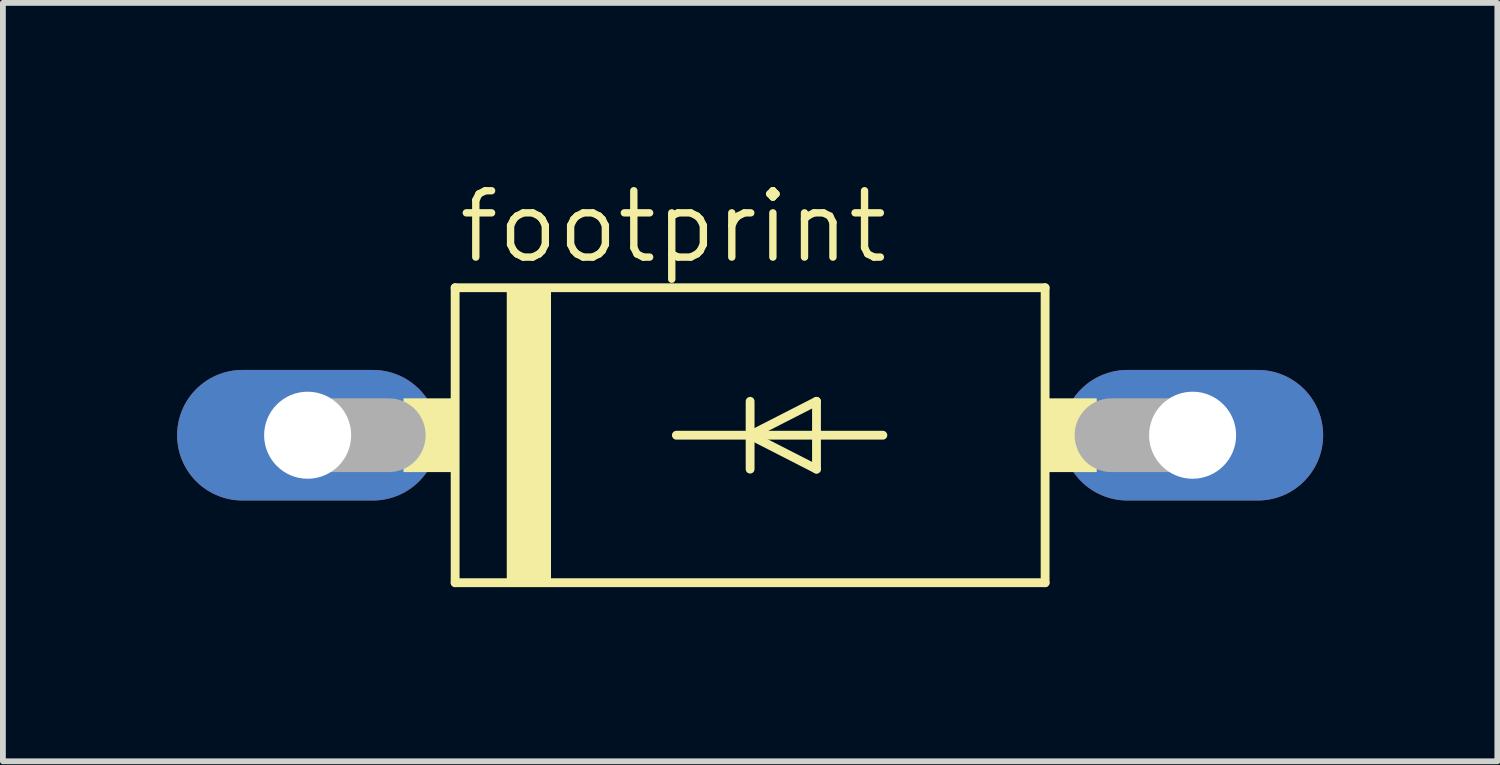
<source format=kicad_pcb>
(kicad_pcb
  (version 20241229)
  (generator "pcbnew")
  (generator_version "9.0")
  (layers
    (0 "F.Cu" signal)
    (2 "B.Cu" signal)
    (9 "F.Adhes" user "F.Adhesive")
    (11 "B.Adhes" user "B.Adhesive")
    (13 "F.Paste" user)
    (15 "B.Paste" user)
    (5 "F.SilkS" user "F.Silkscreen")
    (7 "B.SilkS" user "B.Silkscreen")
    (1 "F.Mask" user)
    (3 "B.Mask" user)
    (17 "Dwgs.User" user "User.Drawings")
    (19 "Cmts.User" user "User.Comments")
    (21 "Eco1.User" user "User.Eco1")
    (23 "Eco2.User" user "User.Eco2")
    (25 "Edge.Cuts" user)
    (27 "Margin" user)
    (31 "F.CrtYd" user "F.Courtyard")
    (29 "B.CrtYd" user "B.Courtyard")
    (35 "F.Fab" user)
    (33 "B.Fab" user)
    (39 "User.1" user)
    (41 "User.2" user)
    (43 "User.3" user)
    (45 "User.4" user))
  (footprint "footprint"
    (layer "F.Cu")
    (at 9.868 4.445)
    (property "Reference" "footprint" (at -5.08 -2.921 0) (layer "F.SilkS") (effects (font (size 1.143 1.143) (thickness 0.127)) (justify left bottom)))
    (fp_line (start -5.08 -2.54) (end 5.08 -2.54) (stroke (width 0.152) (type solid)) (layer "F.SilkS"))
    (fp_line (start -5.08 2.54) (end -5.08 -2.54) (stroke (width 0.152) (type solid)) (layer "F.SilkS"))
    (fp_line (start -1.27 0) (end 0 0) (stroke (width 0.152) (type solid)) (layer "F.SilkS"))
    (fp_line (start 0 -0.584) (end 0 0) (stroke (width 0.152) (type solid)) (layer "F.SilkS"))
    (fp_line (start 0 0) (end 0 0.584) (stroke (width 0.152) (type solid)) (layer "F.SilkS"))
    (fp_line (start 0 0) (end 1.143 -0.584) (stroke (width 0.152) (type solid)) (layer "F.SilkS"))
    (fp_line (start 0 0) (end 2.286 0) (stroke (width 0.152) (type solid)) (layer "F.SilkS"))
    (fp_line (start 1.143 -0.584) (end 1.143 0.584) (stroke (width 0.152) (type solid)) (layer "F.SilkS"))
    (fp_line (start 1.143 0.584) (end 0 0) (stroke (width 0.152) (type solid)) (layer "F.SilkS"))
    (fp_line (start 5.08 -2.54) (end 5.08 2.54) (stroke (width 0.152) (type solid)) (layer "F.SilkS"))
    (fp_line (start 5.08 2.54) (end -5.08 2.54) (stroke (width 0.152) (type solid)) (layer "F.SilkS"))
    (fp_poly (pts (xy -5.969 0.635) (xy -5.08 0.635) (xy -5.08 -0.635) (xy -5.969 -0.635)) (stroke (width 0) (type solid)) (fill yes) (layer "F.SilkS"))
    (fp_poly (pts (xy -4.191 2.54) (xy -3.429 2.54) (xy -3.429 -2.54) (xy -4.191 -2.54)) (stroke (width 0) (type solid)) (fill yes) (layer "F.SilkS"))
    (fp_poly (pts (xy 5.08 0.635) (xy 5.969 0.635) (xy 5.969 -0.635) (xy 5.08 -0.635)) (stroke (width 0) (type solid)) (fill yes) (layer "F.SilkS"))
    (fp_line (start -7.62 0) (end -6.223 0) (stroke (width 1.27) (type solid)) (layer "F.Fab"))
    (fp_line (start 7.62 0) (end 6.223 0) (stroke (width 1.27) (type solid)) (layer "F.Fab"))
    (pad "A" thru_hole oval (at 7.62 0) (size 4.496 2.248) (drill 1.499) (layers "*.Cu" "*.Mask"))
    (pad "C" thru_hole oval (at -7.62 0) (size 4.496 2.248) (drill 1.499) (layers "*.Cu" "*.Mask")))
  (gr_rect
    (start -3 -3)
    (end 22.736 10.061)
    (stroke (width 0.1) (type default))
    (fill no)
    (layer "Edge.Cuts")))
</source>
